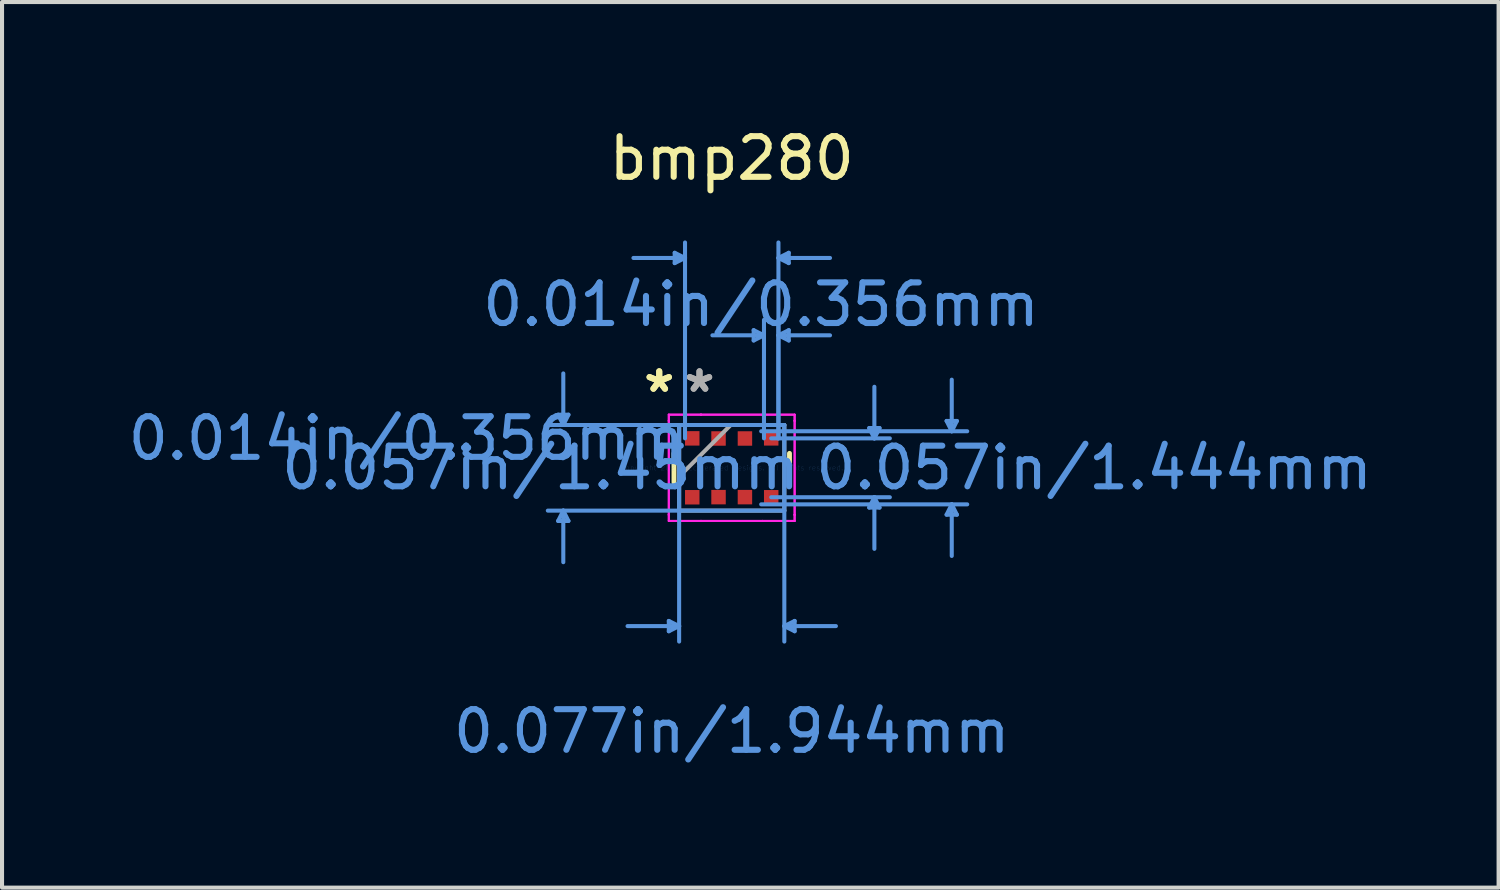
<source format=kicad_pcb>
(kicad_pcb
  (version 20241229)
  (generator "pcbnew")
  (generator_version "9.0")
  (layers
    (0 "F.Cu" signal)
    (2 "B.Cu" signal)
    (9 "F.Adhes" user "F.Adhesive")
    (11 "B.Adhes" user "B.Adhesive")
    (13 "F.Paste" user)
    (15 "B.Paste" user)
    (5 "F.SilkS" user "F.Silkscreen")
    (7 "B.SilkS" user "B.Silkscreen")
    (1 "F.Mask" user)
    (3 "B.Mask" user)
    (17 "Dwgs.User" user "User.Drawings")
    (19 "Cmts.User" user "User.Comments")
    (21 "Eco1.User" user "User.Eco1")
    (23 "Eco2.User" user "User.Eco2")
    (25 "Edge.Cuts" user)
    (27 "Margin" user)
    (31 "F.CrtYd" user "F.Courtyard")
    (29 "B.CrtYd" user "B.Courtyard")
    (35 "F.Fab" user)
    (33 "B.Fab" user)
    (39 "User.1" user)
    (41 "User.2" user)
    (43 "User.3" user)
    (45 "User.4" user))
  (footprint "bmp280"
    (layer "F.Cu")
    (at 14.966 8.468)
    (property "Reference" "bmp280" (at 0 -7.62 0) (layer "F.SilkS") (effects (font (size 1 1) (thickness 0.15))))
    (attr through_hole)
    (fp_line (start -1.422 -0.356) (end -1.422 0.356) (stroke (width 0.12) (type solid)) (layer "F.SilkS"))
    (fp_line (start 1.422 0.356) (end 1.422 -0.356) (stroke (width 0.12) (type solid)) (layer "F.SilkS"))
    (fp_line (start -4.274 -1.308) (end -4.02 -1.308) (stroke (width 0.1) (type solid)) (layer "Cmts.User"))
    (fp_line (start -4.274 1.308) (end -4.02 1.308) (stroke (width 0.1) (type solid)) (layer "Cmts.User"))
    (fp_line (start -4.147 -1.054) (end -4.274 -1.308) (stroke (width 0.1) (type solid)) (layer "Cmts.User"))
    (fp_line (start -4.147 -1.054) (end -4.147 -2.324) (stroke (width 0.1) (type solid)) (layer "Cmts.User"))
    (fp_line (start -4.147 -1.054) (end -4.02 -1.308) (stroke (width 0.1) (type solid)) (layer "Cmts.User"))
    (fp_line (start -4.147 1.054) (end -4.274 1.308) (stroke (width 0.1) (type solid)) (layer "Cmts.User"))
    (fp_line (start -4.147 1.054) (end -4.147 2.324) (stroke (width 0.1) (type solid)) (layer "Cmts.User"))
    (fp_line (start -4.147 1.054) (end -4.02 1.308) (stroke (width 0.1) (type solid)) (layer "Cmts.User"))
    (fp_line (start -1.549 3.77) (end -1.549 4.024) (stroke (width 0.1) (type solid)) (layer "Cmts.User"))
    (fp_line (start -1.404 -5.294) (end -1.404 -5.04) (stroke (width 0.1) (type solid)) (layer "Cmts.User"))
    (fp_line (start -1.295 -1.054) (end -1.295 4.278) (stroke (width 0.1) (type solid)) (layer "Cmts.User"))
    (fp_line (start -1.295 3.897) (end -2.565 3.897) (stroke (width 0.1) (type solid)) (layer "Cmts.User"))
    (fp_line (start -1.295 3.897) (end -1.549 3.77) (stroke (width 0.1) (type solid)) (layer "Cmts.User"))
    (fp_line (start -1.295 3.897) (end -1.549 4.024) (stroke (width 0.1) (type solid)) (layer "Cmts.User"))
    (fp_line (start -1.15 -5.167) (end -2.42 -5.167) (stroke (width 0.1) (type solid)) (layer "Cmts.User"))
    (fp_line (start -1.15 -5.167) (end -1.404 -5.294) (stroke (width 0.1) (type solid)) (layer "Cmts.User"))
    (fp_line (start -1.15 -5.167) (end -1.404 -5.04) (stroke (width 0.1) (type solid)) (layer "Cmts.User"))
    (fp_line (start -1.15 -0.725) (end -1.15 -5.548) (stroke (width 0.1) (type solid)) (layer "Cmts.User"))
    (fp_line (start 0.54 -3.389) (end 0.54 -3.135) (stroke (width 0.1) (type solid)) (layer "Cmts.User"))
    (fp_line (start 0.725 -0.9) (end 5.798 -0.9) (stroke (width 0.1) (type solid)) (layer "Cmts.User"))
    (fp_line (start 0.725 0.9) (end 5.798 0.9) (stroke (width 0.1) (type solid)) (layer "Cmts.User"))
    (fp_line (start 0.794 -3.262) (end -0.476 -3.262) (stroke (width 0.1) (type solid)) (layer "Cmts.User"))
    (fp_line (start 0.794 -3.262) (end 0.54 -3.389) (stroke (width 0.1) (type solid)) (layer "Cmts.User"))
    (fp_line (start 0.794 -3.262) (end 0.54 -3.135) (stroke (width 0.1) (type solid)) (layer "Cmts.User"))
    (fp_line (start 0.794 -0.725) (end 0.794 -3.643) (stroke (width 0.1) (type solid)) (layer "Cmts.User"))
    (fp_line (start 0.972 -0.725) (end 3.893 -0.725) (stroke (width 0.1) (type solid)) (layer "Cmts.User"))
    (fp_line (start 0.972 0.725) (end 3.893 0.725) (stroke (width 0.1) (type solid)) (layer "Cmts.User"))
    (fp_line (start 1.15 -5.167) (end 1.404 -5.294) (stroke (width 0.1) (type solid)) (layer "Cmts.User"))
    (fp_line (start 1.15 -5.167) (end 1.404 -5.04) (stroke (width 0.1) (type solid)) (layer "Cmts.User"))
    (fp_line (start 1.15 -5.167) (end 2.42 -5.167) (stroke (width 0.1) (type solid)) (layer "Cmts.User"))
    (fp_line (start 1.15 -3.262) (end 1.404 -3.389) (stroke (width 0.1) (type solid)) (layer "Cmts.User"))
    (fp_line (start 1.15 -3.262) (end 1.404 -3.135) (stroke (width 0.1) (type solid)) (layer "Cmts.User"))
    (fp_line (start 1.15 -3.262) (end 2.42 -3.262) (stroke (width 0.1) (type solid)) (layer "Cmts.User"))
    (fp_line (start 1.15 -0.725) (end 1.15 -5.548) (stroke (width 0.1) (type solid)) (layer "Cmts.User"))
    (fp_line (start 1.15 -0.725) (end 1.15 -3.643) (stroke (width 0.1) (type solid)) (layer "Cmts.User"))
    (fp_line (start 1.295 -1.054) (end -4.528 -1.054) (stroke (width 0.1) (type solid)) (layer "Cmts.User"))
    (fp_line (start 1.295 -1.054) (end 1.295 4.278) (stroke (width 0.1) (type solid)) (layer "Cmts.User"))
    (fp_line (start 1.295 1.054) (end -4.528 1.054) (stroke (width 0.1) (type solid)) (layer "Cmts.User"))
    (fp_line (start 1.295 3.897) (end 1.549 3.77) (stroke (width 0.1) (type solid)) (layer "Cmts.User"))
    (fp_line (start 1.295 3.897) (end 1.549 4.024) (stroke (width 0.1) (type solid)) (layer "Cmts.User"))
    (fp_line (start 1.295 3.897) (end 2.565 3.897) (stroke (width 0.1) (type solid)) (layer "Cmts.User"))
    (fp_line (start 1.404 -5.294) (end 1.404 -5.04) (stroke (width 0.1) (type solid)) (layer "Cmts.User"))
    (fp_line (start 1.404 -3.389) (end 1.404 -3.135) (stroke (width 0.1) (type solid)) (layer "Cmts.User"))
    (fp_line (start 1.549 3.77) (end 1.549 4.024) (stroke (width 0.1) (type solid)) (layer "Cmts.User"))
    (fp_line (start 3.385 -0.979) (end 3.639 -0.979) (stroke (width 0.1) (type solid)) (layer "Cmts.User"))
    (fp_line (start 3.385 0.979) (end 3.639 0.979) (stroke (width 0.1) (type solid)) (layer "Cmts.User"))
    (fp_line (start 3.512 -0.725) (end 3.385 -0.979) (stroke (width 0.1) (type solid)) (layer "Cmts.User"))
    (fp_line (start 3.512 -0.725) (end 3.512 -1.995) (stroke (width 0.1) (type solid)) (layer "Cmts.User"))
    (fp_line (start 3.512 -0.725) (end 3.639 -0.979) (stroke (width 0.1) (type solid)) (layer "Cmts.User"))
    (fp_line (start 3.512 0.725) (end 3.385 0.979) (stroke (width 0.1) (type solid)) (layer "Cmts.User"))
    (fp_line (start 3.512 0.725) (end 3.512 1.995) (stroke (width 0.1) (type solid)) (layer "Cmts.User"))
    (fp_line (start 3.512 0.725) (end 3.639 0.979) (stroke (width 0.1) (type solid)) (layer "Cmts.User"))
    (fp_line (start 5.29 -1.154) (end 5.544 -1.154) (stroke (width 0.1) (type solid)) (layer "Cmts.User"))
    (fp_line (start 5.29 1.154) (end 5.544 1.154) (stroke (width 0.1) (type solid)) (layer "Cmts.User"))
    (fp_line (start 5.417 -0.9) (end 5.29 -1.154) (stroke (width 0.1) (type solid)) (layer "Cmts.User"))
    (fp_line (start 5.417 -0.9) (end 5.417 -2.17) (stroke (width 0.1) (type solid)) (layer "Cmts.User"))
    (fp_line (start 5.417 -0.9) (end 5.544 -1.154) (stroke (width 0.1) (type solid)) (layer "Cmts.User"))
    (fp_line (start 5.417 0.9) (end 5.29 1.154) (stroke (width 0.1) (type solid)) (layer "Cmts.User"))
    (fp_line (start 5.417 0.9) (end 5.417 2.17) (stroke (width 0.1) (type solid)) (layer "Cmts.User"))
    (fp_line (start 5.417 0.9) (end 5.544 1.154) (stroke (width 0.1) (type solid)) (layer "Cmts.User"))
    (fp_line (start -1.549 -1.308) (end -0.757 -1.308) (stroke (width 0.05) (type solid)) (layer "F.CrtYd"))
    (fp_line (start -1.549 -1.308) (end -0.757 -1.308) (stroke (width 0.05) (type solid)) (layer "F.CrtYd"))
    (fp_line (start -1.549 -1.157) (end -1.549 -1.308) (stroke (width 0.05) (type solid)) (layer "F.CrtYd"))
    (fp_line (start -1.549 -1.157) (end -1.549 -1.308) (stroke (width 0.05) (type solid)) (layer "F.CrtYd"))
    (fp_line (start -1.549 -1.157) (end -1.549 -1.157) (stroke (width 0.05) (type solid)) (layer "F.CrtYd"))
    (fp_line (start -1.549 -1.157) (end -1.549 -1.157) (stroke (width 0.05) (type solid)) (layer "F.CrtYd"))
    (fp_line (start -1.549 1.157) (end -1.549 -1.157) (stroke (width 0.05) (type solid)) (layer "F.CrtYd"))
    (fp_line (start -1.549 1.157) (end -1.549 -1.157) (stroke (width 0.05) (type solid)) (layer "F.CrtYd"))
    (fp_line (start -1.549 1.157) (end -1.549 1.157) (stroke (width 0.05) (type solid)) (layer "F.CrtYd"))
    (fp_line (start -1.549 1.157) (end -1.549 1.157) (stroke (width 0.05) (type solid)) (layer "F.CrtYd"))
    (fp_line (start -1.549 1.308) (end -1.549 1.157) (stroke (width 0.05) (type solid)) (layer "F.CrtYd"))
    (fp_line (start -1.549 1.308) (end -1.549 1.157) (stroke (width 0.05) (type solid)) (layer "F.CrtYd"))
    (fp_line (start -1.549 1.308) (end -0.757 1.308) (stroke (width 0.05) (type solid)) (layer "F.CrtYd"))
    (fp_line (start -0.757 -1.308) (end -0.757 -1.308) (stroke (width 0.05) (type solid)) (layer "F.CrtYd"))
    (fp_line (start -0.757 -1.308) (end -0.757 -1.308) (stroke (width 0.05) (type solid)) (layer "F.CrtYd"))
    (fp_line (start -0.757 -1.308) (end 0.757 -1.308) (stroke (width 0.05) (type solid)) (layer "F.CrtYd"))
    (fp_line (start -0.757 -1.308) (end 0.757 -1.308) (stroke (width 0.05) (type solid)) (layer "F.CrtYd"))
    (fp_line (start -0.757 1.308) (end -1.549 1.308) (stroke (width 0.05) (type solid)) (layer "F.CrtYd"))
    (fp_line (start -0.757 1.308) (end -0.757 1.308) (stroke (width 0.05) (type solid)) (layer "F.CrtYd"))
    (fp_line (start -0.757 1.308) (end -0.757 1.308) (stroke (width 0.05) (type solid)) (layer "F.CrtYd"))
    (fp_line (start -0.757 1.308) (end 0.757 1.308) (stroke (width 0.05) (type solid)) (layer "F.CrtYd"))
    (fp_line (start 0.757 -1.308) (end 0.757 -1.308) (stroke (width 0.05) (type solid)) (layer "F.CrtYd"))
    (fp_line (start 0.757 -1.308) (end 0.757 -1.308) (stroke (width 0.05) (type solid)) (layer "F.CrtYd"))
    (fp_line (start 0.757 -1.308) (end 1.549 -1.308) (stroke (width 0.05) (type solid)) (layer "F.CrtYd"))
    (fp_line (start 0.757 -1.308) (end 1.549 -1.308) (stroke (width 0.05) (type solid)) (layer "F.CrtYd"))
    (fp_line (start 0.757 1.308) (end -0.757 1.308) (stroke (width 0.05) (type solid)) (layer "F.CrtYd"))
    (fp_line (start 0.757 1.308) (end 0.757 1.308) (stroke (width 0.05) (type solid)) (layer "F.CrtYd"))
    (fp_line (start 0.757 1.308) (end 0.757 1.308) (stroke (width 0.05) (type solid)) (layer "F.CrtYd"))
    (fp_line (start 0.757 1.308) (end 1.549 1.308) (stroke (width 0.05) (type solid)) (layer "F.CrtYd"))
    (fp_line (start 1.549 -1.308) (end 1.549 -1.157) (stroke (width 0.05) (type solid)) (layer "F.CrtYd"))
    (fp_line (start 1.549 -1.157) (end 1.549 -1.308) (stroke (width 0.05) (type solid)) (layer "F.CrtYd"))
    (fp_line (start 1.549 -1.157) (end 1.549 -1.157) (stroke (width 0.05) (type solid)) (layer "F.CrtYd"))
    (fp_line (start 1.549 -1.157) (end 1.549 -1.157) (stroke (width 0.05) (type solid)) (layer "F.CrtYd"))
    (fp_line (start 1.549 -1.157) (end 1.549 1.157) (stroke (width 0.05) (type solid)) (layer "F.CrtYd"))
    (fp_line (start 1.549 1.157) (end 1.549 -1.157) (stroke (width 0.05) (type solid)) (layer "F.CrtYd"))
    (fp_line (start 1.549 1.157) (end 1.549 1.157) (stroke (width 0.05) (type solid)) (layer "F.CrtYd"))
    (fp_line (start 1.549 1.157) (end 1.549 1.157) (stroke (width 0.05) (type solid)) (layer "F.CrtYd"))
    (fp_line (start 1.549 1.157) (end 1.549 1.308) (stroke (width 0.05) (type solid)) (layer "F.CrtYd"))
    (fp_line (start 1.549 1.308) (end 0.757 1.308) (stroke (width 0.05) (type solid)) (layer "F.CrtYd"))
    (fp_line (start 1.549 1.308) (end 1.549 1.157) (stroke (width 0.05) (type solid)) (layer "F.CrtYd"))
    (fp_line (start -1.295 -1.054) (end -1.295 1.054) (stroke (width 0.1) (type solid)) (layer "F.Fab"))
    (fp_line (start -1.295 0.216) (end -0.025 -1.054) (stroke (width 0.1) (type solid)) (layer "F.Fab"))
    (fp_line (start -1.295 1.054) (end 1.295 1.054) (stroke (width 0.1) (type solid)) (layer "F.Fab"))
    (fp_line (start 1.295 -1.054) (end -1.295 -1.054) (stroke (width 0.1) (type solid)) (layer "F.Fab"))
    (fp_line (start 1.295 1.054) (end 1.295 -1.054) (stroke (width 0.1) (type solid)) (layer "F.Fab"))
    (fp_text user "*" (at -1.785 -1.831 0) (layer "F.SilkS") (effects (font (size 1 1) (thickness 0.15))))
    (fp_text user "*" (at -1.785 -1.831 0) (layer "F.SilkS") (effects (font (size 1 1) (thickness 0.15))))
    (fp_text user "0.057in/1.444mm" (at 8.922 0 0) (layer "Cmts.User") (effects (font (size 1 1) (thickness 0.15))))
    (fp_text user "0.014in/0.356mm" (at 0.722 -4.02 0) (layer "Cmts.User") (effects (font (size 1 1) (thickness 0.15))))
    (fp_text user "0.014in/0.356mm" (at -8.008 -0.725 0) (layer "Cmts.User") (effects (font (size 1 1) (thickness 0.15))))
    (fp_text user "0.077in/1.944mm" (at 0 6.488 0) (layer "Cmts.User") (effects (font (size 1 1) (thickness 0.15))))
    (fp_text user "Copyright 2021 Accelerated Designs. All rights reserved." (at 0 0 0) (layer "Cmts.User") (effects (font (size 0.127 0.127) (thickness 0.002))))
    (fp_text user "0.057in/1.45mm" (at -4.706 0 0) (layer "Cmts.User") (effects (font (size 1 1) (thickness 0.15))))
    (fp_text user "*" (at -0.794 -1.831 0) (layer "F.Fab") (effects (font (size 1 1) (thickness 0.15))))
    (fp_text user "*" (at -0.794 -1.831 0) (layer "F.Fab") (effects (font (size 1 1) (thickness 0.15))))
    (pad "1" smd rect (at -0.972 -0.725 90) (size 0.356 0.356) (layers "F.Cu" "F.Mask" "F.Paste"))
    (pad "2" smd rect (at -0.325 -0.722) (size 0.356 0.356) (layers "F.Cu" "F.Mask" "F.Paste"))
    (pad "3" smd rect (at 0.325 -0.722) (size 0.356 0.356) (layers "F.Cu" "F.Mask" "F.Paste"))
    (pad "4" smd rect (at 0.972 -0.725 90) (size 0.356 0.356) (layers "F.Cu" "F.Mask" "F.Paste"))
    (pad "5" smd rect (at 0.972 0.725 90) (size 0.356 0.356) (layers "F.Cu" "F.Mask" "F.Paste"))
    (pad "6" smd rect (at 0.325 0.722) (size 0.356 0.356) (layers "F.Cu" "F.Mask" "F.Paste"))
    (pad "7" smd rect (at -0.325 0.722) (size 0.356 0.356) (layers "F.Cu" "F.Mask" "F.Paste"))
    (pad "8" smd rect (at -0.972 0.725 90) (size 0.356 0.356) (layers "F.Cu" "F.Mask" "F.Paste")))
  (gr_rect
    (start -3 -3)
    (end 33.847 18.805)
    (stroke (width 0.1) (type default))
    (fill no)
    (layer "Edge.Cuts")))
</source>
